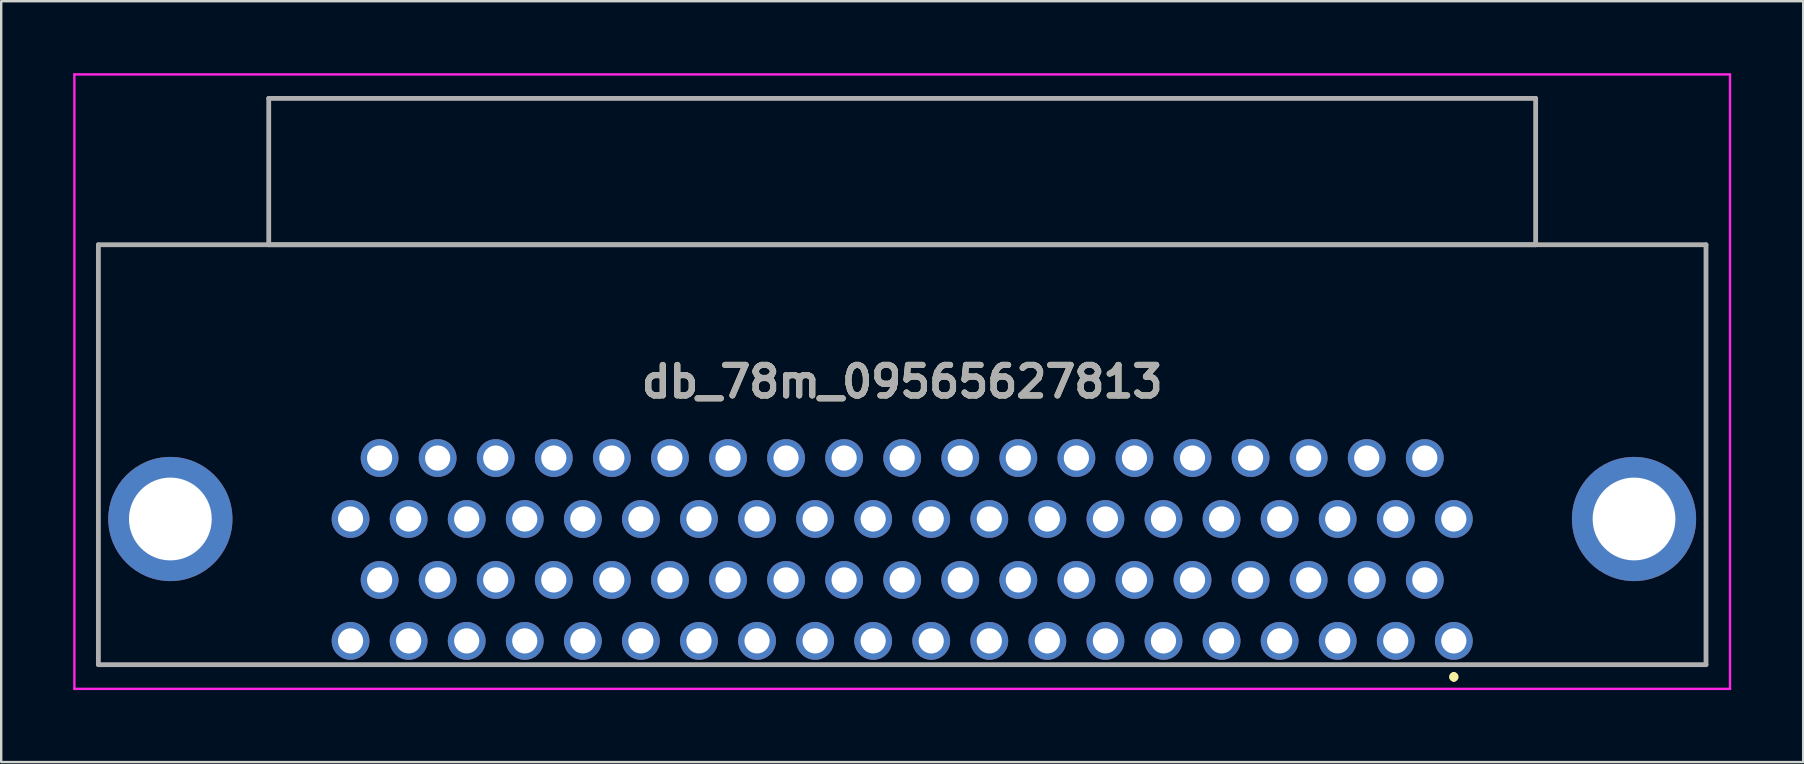
<source format=kicad_pcb>
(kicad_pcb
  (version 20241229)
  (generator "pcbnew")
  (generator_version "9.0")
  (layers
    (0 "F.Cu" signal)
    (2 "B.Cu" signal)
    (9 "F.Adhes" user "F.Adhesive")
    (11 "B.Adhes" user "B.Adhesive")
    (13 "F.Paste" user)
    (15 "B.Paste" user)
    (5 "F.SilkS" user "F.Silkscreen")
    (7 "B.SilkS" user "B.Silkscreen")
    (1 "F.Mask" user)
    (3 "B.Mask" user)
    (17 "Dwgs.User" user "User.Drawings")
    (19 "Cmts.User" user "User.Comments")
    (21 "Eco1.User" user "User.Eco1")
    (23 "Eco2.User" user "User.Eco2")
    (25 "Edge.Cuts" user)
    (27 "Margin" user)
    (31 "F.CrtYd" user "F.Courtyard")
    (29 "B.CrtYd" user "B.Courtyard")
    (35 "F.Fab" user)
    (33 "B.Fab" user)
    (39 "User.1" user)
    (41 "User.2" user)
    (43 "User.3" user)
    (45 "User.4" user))
  (footprint "db_78m_09565627813"
    (layer "F.Cu")
    (at 34.54 13.26)
    (property "Reference" "db_78m_09565627813" (at 0.01 -0.405 180) (layer "F.SilkS") (effects (font (size 1.27 1.27) (thickness 0.254))))
    (attr through_hole)
    (fp_line (start -33.49 -6.1) (end -33.49 11.4) (stroke (width 0.1) (type solid)) (layer "F.SilkS"))
    (fp_line (start -33.49 11.4) (end -24.5 11.4) (stroke (width 0.1) (type solid)) (layer "F.SilkS"))
    (fp_line (start 23 11.8) (end 23 11.8) (stroke (width 0.2) (type solid)) (layer "F.SilkS"))
    (fp_line (start 23 12) (end 23 12) (stroke (width 0.2) (type solid)) (layer "F.SilkS"))
    (fp_line (start 24 11.39) (end 33.5 11.39) (stroke (width 0.1) (type solid)) (layer "F.SilkS"))
    (fp_line (start 33.5 11.39) (end 33.51 -6.1) (stroke (width 0.1) (type solid)) (layer "F.SilkS"))
    (fp_line (start 33.51 -6.1) (end -33.49 -6.1) (stroke (width 0.1) (type solid)) (layer "F.SilkS"))
    (fp_arc (start 23 11.8) (mid 23.1 11.9) (end 23 12) (stroke (width 0.2) (type solid)) (layer "F.SilkS"))
    (fp_arc (start 23 12) (mid 22.9 11.9) (end 23 11.8) (stroke (width 0.2) (type solid)) (layer "F.SilkS"))
    (fp_line (start -34.49 -13.21) (end 34.51 -13.21) (stroke (width 0.1) (type solid)) (layer "F.CrtYd"))
    (fp_line (start -34.49 12.4) (end -34.49 -13.21) (stroke (width 0.1) (type solid)) (layer "F.CrtYd"))
    (fp_line (start 34.51 -13.21) (end 34.51 12.4) (stroke (width 0.1) (type solid)) (layer "F.CrtYd"))
    (fp_line (start 34.51 12.4) (end -34.49 12.4) (stroke (width 0.1) (type solid)) (layer "F.CrtYd"))
    (fp_line (start -33.49 -6.11) (end 33.51 -6.11) (stroke (width 0.2) (type solid)) (layer "F.Fab"))
    (fp_line (start -33.49 11.39) (end -33.49 -6.11) (stroke (width 0.2) (type solid)) (layer "F.Fab"))
    (fp_line (start -26.39 -12.21) (end 26.41 -12.21) (stroke (width 0.2) (type solid)) (layer "F.Fab"))
    (fp_line (start -26.39 -6.11) (end -26.39 -12.21) (stroke (width 0.2) (type solid)) (layer "F.Fab"))
    (fp_line (start 26.41 -12.21) (end 26.41 -6.11) (stroke (width 0.2) (type solid)) (layer "F.Fab"))
    (fp_line (start 26.41 -6.11) (end -26.39 -6.11) (stroke (width 0.2) (type solid)) (layer "F.Fab"))
    (fp_line (start 33.51 -6.11) (end 33.51 11.39) (stroke (width 0.2) (type solid)) (layer "F.Fab"))
    (fp_line (start 33.51 11.39) (end -33.49 11.39) (stroke (width 0.2) (type solid)) (layer "F.Fab"))
    (fp_text user "${REFERENCE}" (at 0.01 -0.405 180) (layer "F.Fab") (effects (font (size 1.27 1.27) (thickness 0.254))))
    (pad "0" thru_hole circle (at -30.49 5.32 180) (size 5.175 5.175) (drill 3.45) (layers "*.Cu" "*.Mask"))
    (pad "0" thru_hole circle (at 30.51 5.32 180) (size 5.175 5.175) (drill 3.45) (layers "*.Cu" "*.Mask"))
    (pad "1" thru_hole circle (at 23 10.4 180) (size 1.575 1.575) (drill 1.05) (layers "*.Cu" "*.Mask"))
    (pad "2" thru_hole circle (at 20.58 10.4 180) (size 1.575 1.575) (drill 1.05) (layers "*.Cu" "*.Mask"))
    (pad "3" thru_hole circle (at 18.16 10.4 180) (size 1.575 1.575) (drill 1.05) (layers "*.Cu" "*.Mask"))
    (pad "4" thru_hole circle (at 15.74 10.4 180) (size 1.575 1.575) (drill 1.05) (layers "*.Cu" "*.Mask"))
    (pad "5" thru_hole circle (at 13.32 10.4 180) (size 1.575 1.575) (drill 1.05) (layers "*.Cu" "*.Mask"))
    (pad "6" thru_hole circle (at 10.9 10.4 180) (size 1.575 1.575) (drill 1.05) (layers "*.Cu" "*.Mask"))
    (pad "7" thru_hole circle (at 8.48 10.4 180) (size 1.575 1.575) (drill 1.05) (layers "*.Cu" "*.Mask"))
    (pad "8" thru_hole circle (at 6.06 10.4 180) (size 1.575 1.575) (drill 1.05) (layers "*.Cu" "*.Mask"))
    (pad "9" thru_hole circle (at 3.64 10.4 180) (size 1.575 1.575) (drill 1.05) (layers "*.Cu" "*.Mask"))
    (pad "10" thru_hole circle (at 1.22 10.4 180) (size 1.575 1.575) (drill 1.05) (layers "*.Cu" "*.Mask"))
    (pad "11" thru_hole circle (at -1.2 10.4 180) (size 1.575 1.575) (drill 1.05) (layers "*.Cu" "*.Mask"))
    (pad "12" thru_hole circle (at -3.62 10.4 180) (size 1.575 1.575) (drill 1.05) (layers "*.Cu" "*.Mask"))
    (pad "13" thru_hole circle (at -6.04 10.4 180) (size 1.575 1.575) (drill 1.05) (layers "*.Cu" "*.Mask"))
    (pad "14" thru_hole circle (at -8.46 10.4 180) (size 1.575 1.575) (drill 1.05) (layers "*.Cu" "*.Mask"))
    (pad "15" thru_hole circle (at -10.88 10.4 180) (size 1.575 1.575) (drill 1.05) (layers "*.Cu" "*.Mask"))
    (pad "16" thru_hole circle (at -13.3 10.4 180) (size 1.575 1.575) (drill 1.05) (layers "*.Cu" "*.Mask"))
    (pad "17" thru_hole circle (at -15.72 10.4 180) (size 1.575 1.575) (drill 1.05) (layers "*.Cu" "*.Mask"))
    (pad "18" thru_hole circle (at -18.14 10.4 180) (size 1.575 1.575) (drill 1.05) (layers "*.Cu" "*.Mask"))
    (pad "19" thru_hole circle (at -20.56 10.4 180) (size 1.575 1.575) (drill 1.05) (layers "*.Cu" "*.Mask"))
    (pad "20" thru_hole circle (at -22.98 10.4 180) (size 1.575 1.575) (drill 1.05) (layers "*.Cu" "*.Mask"))
    (pad "21" thru_hole circle (at 21.79 7.86 180) (size 1.575 1.575) (drill 1.05) (layers "*.Cu" "*.Mask"))
    (pad "22" thru_hole circle (at 19.37 7.86 180) (size 1.575 1.575) (drill 1.05) (layers "*.Cu" "*.Mask"))
    (pad "23" thru_hole circle (at 16.95 7.86 180) (size 1.575 1.575) (drill 1.05) (layers "*.Cu" "*.Mask"))
    (pad "24" thru_hole circle (at 14.53 7.86 180) (size 1.575 1.575) (drill 1.05) (layers "*.Cu" "*.Mask"))
    (pad "25" thru_hole circle (at 12.11 7.86 180) (size 1.575 1.575) (drill 1.05) (layers "*.Cu" "*.Mask"))
    (pad "26" thru_hole circle (at 9.69 7.86 180) (size 1.575 1.575) (drill 1.05) (layers "*.Cu" "*.Mask"))
    (pad "27" thru_hole circle (at 7.27 7.86 180) (size 1.575 1.575) (drill 1.05) (layers "*.Cu" "*.Mask"))
    (pad "28" thru_hole circle (at 4.85 7.86 180) (size 1.575 1.575) (drill 1.05) (layers "*.Cu" "*.Mask"))
    (pad "29" thru_hole circle (at 2.43 7.86 180) (size 1.575 1.575) (drill 1.05) (layers "*.Cu" "*.Mask"))
    (pad "30" thru_hole circle (at 0.01 7.86 180) (size 1.575 1.575) (drill 1.05) (layers "*.Cu" "*.Mask"))
    (pad "31" thru_hole circle (at -2.41 7.86 180) (size 1.575 1.575) (drill 1.05) (layers "*.Cu" "*.Mask"))
    (pad "32" thru_hole circle (at -4.83 7.86 180) (size 1.575 1.575) (drill 1.05) (layers "*.Cu" "*.Mask"))
    (pad "33" thru_hole circle (at -7.25 7.86 180) (size 1.575 1.575) (drill 1.05) (layers "*.Cu" "*.Mask"))
    (pad "34" thru_hole circle (at -9.67 7.86 180) (size 1.575 1.575) (drill 1.05) (layers "*.Cu" "*.Mask"))
    (pad "35" thru_hole circle (at -12.09 7.86 180) (size 1.575 1.575) (drill 1.05) (layers "*.Cu" "*.Mask"))
    (pad "36" thru_hole circle (at -14.51 7.86 180) (size 1.575 1.575) (drill 1.05) (layers "*.Cu" "*.Mask"))
    (pad "37" thru_hole circle (at -16.93 7.86 180) (size 1.575 1.575) (drill 1.05) (layers "*.Cu" "*.Mask"))
    (pad "38" thru_hole circle (at -19.35 7.86 180) (size 1.575 1.575) (drill 1.05) (layers "*.Cu" "*.Mask"))
    (pad "39" thru_hole circle (at -21.77 7.86 180) (size 1.575 1.575) (drill 1.05) (layers "*.Cu" "*.Mask"))
    (pad "40" thru_hole circle (at 23 5.32 180) (size 1.575 1.575) (drill 1.05) (layers "*.Cu" "*.Mask"))
    (pad "41" thru_hole circle (at 20.58 5.32 180) (size 1.575 1.575) (drill 1.05) (layers "*.Cu" "*.Mask"))
    (pad "42" thru_hole circle (at 18.16 5.32 180) (size 1.575 1.575) (drill 1.05) (layers "*.Cu" "*.Mask"))
    (pad "43" thru_hole circle (at 15.74 5.32 180) (size 1.575 1.575) (drill 1.05) (layers "*.Cu" "*.Mask"))
    (pad "44" thru_hole circle (at 13.32 5.32 180) (size 1.575 1.575) (drill 1.05) (layers "*.Cu" "*.Mask"))
    (pad "45" thru_hole circle (at 10.9 5.32 180) (size 1.575 1.575) (drill 1.05) (layers "*.Cu" "*.Mask"))
    (pad "46" thru_hole circle (at 8.48 5.32 180) (size 1.575 1.575) (drill 1.05) (layers "*.Cu" "*.Mask"))
    (pad "47" thru_hole circle (at 6.06 5.32 180) (size 1.575 1.575) (drill 1.05) (layers "*.Cu" "*.Mask"))
    (pad "48" thru_hole circle (at 3.64 5.32 180) (size 1.575 1.575) (drill 1.05) (layers "*.Cu" "*.Mask"))
    (pad "49" thru_hole circle (at 1.22 5.32 180) (size 1.575 1.575) (drill 1.05) (layers "*.Cu" "*.Mask"))
    (pad "50" thru_hole circle (at -1.2 5.32 180) (size 1.575 1.575) (drill 1.05) (layers "*.Cu" "*.Mask"))
    (pad "51" thru_hole circle (at -3.62 5.32 180) (size 1.575 1.575) (drill 1.05) (layers "*.Cu" "*.Mask"))
    (pad "52" thru_hole circle (at -6.04 5.32 180) (size 1.575 1.575) (drill 1.05) (layers "*.Cu" "*.Mask"))
    (pad "53" thru_hole circle (at -8.46 5.32 180) (size 1.575 1.575) (drill 1.05) (layers "*.Cu" "*.Mask"))
    (pad "54" thru_hole circle (at -10.88 5.32 180) (size 1.575 1.575) (drill 1.05) (layers "*.Cu" "*.Mask"))
    (pad "55" thru_hole circle (at -13.3 5.32 180) (size 1.575 1.575) (drill 1.05) (layers "*.Cu" "*.Mask"))
    (pad "56" thru_hole circle (at -15.72 5.32 180) (size 1.575 1.575) (drill 1.05) (layers "*.Cu" "*.Mask"))
    (pad "57" thru_hole circle (at -18.14 5.32 180) (size 1.575 1.575) (drill 1.05) (layers "*.Cu" "*.Mask"))
    (pad "58" thru_hole circle (at -20.56 5.32 180) (size 1.575 1.575) (drill 1.05) (layers "*.Cu" "*.Mask"))
    (pad "59" thru_hole circle (at -22.98 5.32 180) (size 1.575 1.575) (drill 1.05) (layers "*.Cu" "*.Mask"))
    (pad "60" thru_hole circle (at 21.79 2.78 180) (size 1.575 1.575) (drill 1.05) (layers "*.Cu" "*.Mask"))
    (pad "61" thru_hole circle (at 19.37 2.78 180) (size 1.575 1.575) (drill 1.05) (layers "*.Cu" "*.Mask"))
    (pad "62" thru_hole circle (at 16.95 2.78 180) (size 1.575 1.575) (drill 1.05) (layers "*.Cu" "*.Mask"))
    (pad "63" thru_hole circle (at 14.53 2.78 180) (size 1.575 1.575) (drill 1.05) (layers "*.Cu" "*.Mask"))
    (pad "64" thru_hole circle (at 12.11 2.78 180) (size 1.575 1.575) (drill 1.05) (layers "*.Cu" "*.Mask"))
    (pad "65" thru_hole circle (at 9.69 2.78 180) (size 1.575 1.575) (drill 1.05) (layers "*.Cu" "*.Mask"))
    (pad "66" thru_hole circle (at 7.27 2.78 180) (size 1.575 1.575) (drill 1.05) (layers "*.Cu" "*.Mask"))
    (pad "67" thru_hole circle (at 4.85 2.78 180) (size 1.575 1.575) (drill 1.05) (layers "*.Cu" "*.Mask"))
    (pad "68" thru_hole circle (at 2.43 2.78 180) (size 1.575 1.575) (drill 1.05) (layers "*.Cu" "*.Mask"))
    (pad "69" thru_hole circle (at 0.01 2.78 180) (size 1.575 1.575) (drill 1.05) (layers "*.Cu" "*.Mask"))
    (pad "70" thru_hole circle (at -2.41 2.78 180) (size 1.575 1.575) (drill 1.05) (layers "*.Cu" "*.Mask"))
    (pad "71" thru_hole circle (at -4.83 2.78 180) (size 1.575 1.575) (drill 1.05) (layers "*.Cu" "*.Mask"))
    (pad "72" thru_hole circle (at -7.25 2.78 180) (size 1.575 1.575) (drill 1.05) (layers "*.Cu" "*.Mask"))
    (pad "73" thru_hole circle (at -9.67 2.78 180) (size 1.575 1.575) (drill 1.05) (layers "*.Cu" "*.Mask"))
    (pad "74" thru_hole circle (at -12.09 2.78 180) (size 1.575 1.575) (drill 1.05) (layers "*.Cu" "*.Mask"))
    (pad "75" thru_hole circle (at -14.51 2.78 180) (size 1.575 1.575) (drill 1.05) (layers "*.Cu" "*.Mask"))
    (pad "76" thru_hole circle (at -16.93 2.78 180) (size 1.575 1.575) (drill 1.05) (layers "*.Cu" "*.Mask"))
    (pad "77" thru_hole circle (at -19.35 2.78 180) (size 1.575 1.575) (drill 1.05) (layers "*.Cu" "*.Mask"))
    (pad "78" thru_hole circle (at -21.77 2.78 180) (size 1.575 1.575) (drill 1.05) (layers "*.Cu" "*.Mask")))
  (gr_rect
    (start -3 -3)
    (end 72.1 28.71)
    (stroke (width 0.1) (type default))
    (fill no)
    (layer "Edge.Cuts")))
</source>
